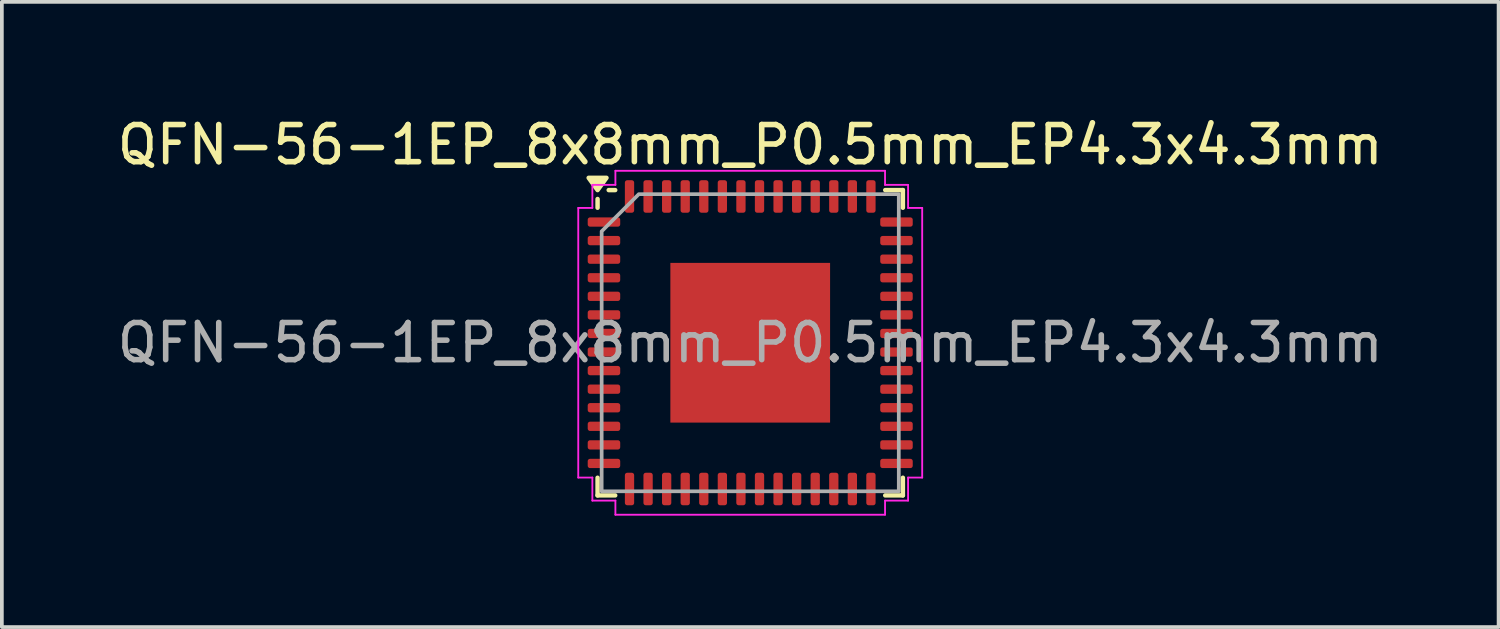
<source format=kicad_pcb>
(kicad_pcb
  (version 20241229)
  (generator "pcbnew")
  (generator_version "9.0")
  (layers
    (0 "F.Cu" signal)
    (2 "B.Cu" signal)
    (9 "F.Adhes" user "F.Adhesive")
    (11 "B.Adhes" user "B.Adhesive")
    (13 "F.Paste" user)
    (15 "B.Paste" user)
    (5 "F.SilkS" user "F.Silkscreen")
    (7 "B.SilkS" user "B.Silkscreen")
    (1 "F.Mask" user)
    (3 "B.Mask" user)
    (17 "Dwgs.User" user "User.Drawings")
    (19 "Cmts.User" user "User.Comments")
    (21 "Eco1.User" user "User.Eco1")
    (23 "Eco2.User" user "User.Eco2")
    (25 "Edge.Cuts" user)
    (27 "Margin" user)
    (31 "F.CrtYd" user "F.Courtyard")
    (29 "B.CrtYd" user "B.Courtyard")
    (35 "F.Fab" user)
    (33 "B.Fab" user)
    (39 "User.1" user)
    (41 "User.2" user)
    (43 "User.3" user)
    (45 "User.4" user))
  (footprint "QFN-56-1EP_8x8mm_P0.5mm_EP4.3x4.3mm"
    (layer "F.Cu")
    (at 17.149 6.178)
    (property "Reference" "QFN-56-1EP_8x8mm_P0.5mm_EP4.3x4.3mm" (at 0 -5.33 0) (layer "F.SilkS") (effects (font (size 1 1) (thickness 0.15))))
    (attr smd)
    (fp_line (start -4.11 -3.635) (end -4.11 -3.87) (stroke (width 0.12) (type solid)) (layer "F.SilkS"))
    (fp_line (start -4.11 4.11) (end -4.11 3.635) (stroke (width 0.12) (type solid)) (layer "F.SilkS"))
    (fp_line (start -3.635 -4.11) (end -3.81 -4.11) (stroke (width 0.12) (type solid)) (layer "F.SilkS"))
    (fp_line (start -3.635 4.11) (end -4.11 4.11) (stroke (width 0.12) (type solid)) (layer "F.SilkS"))
    (fp_line (start 3.635 -4.11) (end 4.11 -4.11) (stroke (width 0.12) (type solid)) (layer "F.SilkS"))
    (fp_line (start 3.635 4.11) (end 4.11 4.11) (stroke (width 0.12) (type solid)) (layer "F.SilkS"))
    (fp_line (start 4.11 -4.11) (end 4.11 -3.635) (stroke (width 0.12) (type solid)) (layer "F.SilkS"))
    (fp_line (start 4.11 4.11) (end 4.11 3.635) (stroke (width 0.12) (type solid)) (layer "F.SilkS"))
    (fp_poly (pts (xy -4.11 -4.11) (xy -4.35 -4.44) (xy -3.87 -4.44)) (stroke (width 0.12) (type solid)) (fill yes) (layer "F.SilkS"))
    (fp_line (start -4.63 -3.63) (end -4.25 -3.63) (stroke (width 0.05) (type solid)) (layer "F.CrtYd"))
    (fp_line (start -4.63 3.63) (end -4.63 -3.63) (stroke (width 0.05) (type solid)) (layer "F.CrtYd"))
    (fp_line (start -4.25 -4.25) (end -3.63 -4.25) (stroke (width 0.05) (type solid)) (layer "F.CrtYd"))
    (fp_line (start -4.25 -3.63) (end -4.25 -4.25) (stroke (width 0.05) (type solid)) (layer "F.CrtYd"))
    (fp_line (start -4.25 3.63) (end -4.63 3.63) (stroke (width 0.05) (type solid)) (layer "F.CrtYd"))
    (fp_line (start -4.25 4.25) (end -4.25 3.63) (stroke (width 0.05) (type solid)) (layer "F.CrtYd"))
    (fp_line (start -3.63 -4.63) (end 3.63 -4.63) (stroke (width 0.05) (type solid)) (layer "F.CrtYd"))
    (fp_line (start -3.63 -4.25) (end -3.63 -4.63) (stroke (width 0.05) (type solid)) (layer "F.CrtYd"))
    (fp_line (start -3.63 4.25) (end -4.25 4.25) (stroke (width 0.05) (type solid)) (layer "F.CrtYd"))
    (fp_line (start -3.63 4.63) (end -3.63 4.25) (stroke (width 0.05) (type solid)) (layer "F.CrtYd"))
    (fp_line (start 3.63 -4.63) (end 3.63 -4.25) (stroke (width 0.05) (type solid)) (layer "F.CrtYd"))
    (fp_line (start 3.63 -4.25) (end 4.25 -4.25) (stroke (width 0.05) (type solid)) (layer "F.CrtYd"))
    (fp_line (start 3.63 4.25) (end 3.63 4.63) (stroke (width 0.05) (type solid)) (layer "F.CrtYd"))
    (fp_line (start 3.63 4.63) (end -3.63 4.63) (stroke (width 0.05) (type solid)) (layer "F.CrtYd"))
    (fp_line (start 4.25 -4.25) (end 4.25 -3.63) (stroke (width 0.05) (type solid)) (layer "F.CrtYd"))
    (fp_line (start 4.25 -3.63) (end 4.63 -3.63) (stroke (width 0.05) (type solid)) (layer "F.CrtYd"))
    (fp_line (start 4.25 3.63) (end 4.25 4.25) (stroke (width 0.05) (type solid)) (layer "F.CrtYd"))
    (fp_line (start 4.25 4.25) (end 3.63 4.25) (stroke (width 0.05) (type solid)) (layer "F.CrtYd"))
    (fp_line (start 4.63 -3.63) (end 4.63 3.63) (stroke (width 0.05) (type solid)) (layer "F.CrtYd"))
    (fp_line (start 4.63 3.63) (end 4.25 3.63) (stroke (width 0.05) (type solid)) (layer "F.CrtYd"))
    (fp_poly (pts (xy -4 -3) (xy -4 4) (xy 4 4) (xy 4 -4) (xy -3 -4)) (stroke (width 0.1) (type solid)) (fill no) (layer "F.Fab"))
    (fp_text user "${REFERENCE}" (at 0 0 0) (layer "F.Fab") (effects (font (size 1 1) (thickness 0.15))))
    (pad "" smd roundrect (at -1.62 -1.62) (size 0.87 0.87) (layers "F.Paste") (roundrect_rratio 0.25))
    (pad "" smd roundrect (at -1.62 -0.54) (size 0.87 0.87) (layers "F.Paste") (roundrect_rratio 0.25))
    (pad "" smd roundrect (at -1.62 0.54) (size 0.87 0.87) (layers "F.Paste") (roundrect_rratio 0.25))
    (pad "" smd roundrect (at -1.62 1.62) (size 0.87 0.87) (layers "F.Paste") (roundrect_rratio 0.25))
    (pad "" smd roundrect (at -0.54 -1.62) (size 0.87 0.87) (layers "F.Paste") (roundrect_rratio 0.25))
    (pad "" smd roundrect (at -0.54 -0.54) (size 0.87 0.87) (layers "F.Paste") (roundrect_rratio 0.25))
    (pad "" smd roundrect (at -0.54 0.54) (size 0.87 0.87) (layers "F.Paste") (roundrect_rratio 0.25))
    (pad "" smd roundrect (at -0.54 1.62) (size 0.87 0.87) (layers "F.Paste") (roundrect_rratio 0.25))
    (pad "" smd roundrect (at 0.54 -1.62) (size 0.87 0.87) (layers "F.Paste") (roundrect_rratio 0.25))
    (pad "" smd roundrect (at 0.54 -0.54) (size 0.87 0.87) (layers "F.Paste") (roundrect_rratio 0.25))
    (pad "" smd roundrect (at 0.54 0.54) (size 0.87 0.87) (layers "F.Paste") (roundrect_rratio 0.25))
    (pad "" smd roundrect (at 0.54 1.62) (size 0.87 0.87) (layers "F.Paste") (roundrect_rratio 0.25))
    (pad "" smd roundrect (at 1.62 -1.62) (size 0.87 0.87) (layers "F.Paste") (roundrect_rratio 0.25))
    (pad "" smd roundrect (at 1.62 -0.54) (size 0.87 0.87) (layers "F.Paste") (roundrect_rratio 0.25))
    (pad "" smd roundrect (at 1.62 0.54) (size 0.87 0.87) (layers "F.Paste") (roundrect_rratio 0.25))
    (pad "" smd roundrect (at 1.62 1.62) (size 0.87 0.87) (layers "F.Paste") (roundrect_rratio 0.25))
    (pad "1" smd roundrect (at -3.938 -3.25) (size 0.875 0.25) (layers "F.Cu" "F.Mask" "F.Paste") (roundrect_rratio 0.25))
    (pad "2" smd roundrect (at -3.938 -2.75) (size 0.875 0.25) (layers "F.Cu" "F.Mask" "F.Paste") (roundrect_rratio 0.25))
    (pad "3" smd roundrect (at -3.938 -2.25) (size 0.875 0.25) (layers "F.Cu" "F.Mask" "F.Paste") (roundrect_rratio 0.25))
    (pad "4" smd roundrect (at -3.938 -1.75) (size 0.875 0.25) (layers "F.Cu" "F.Mask" "F.Paste") (roundrect_rratio 0.25))
    (pad "5" smd roundrect (at -3.938 -1.25) (size 0.875 0.25) (layers "F.Cu" "F.Mask" "F.Paste") (roundrect_rratio 0.25))
    (pad "6" smd roundrect (at -3.938 -0.75) (size 0.875 0.25) (layers "F.Cu" "F.Mask" "F.Paste") (roundrect_rratio 0.25))
    (pad "7" smd roundrect (at -3.938 -0.25) (size 0.875 0.25) (layers "F.Cu" "F.Mask" "F.Paste") (roundrect_rratio 0.25))
    (pad "8" smd roundrect (at -3.938 0.25) (size 0.875 0.25) (layers "F.Cu" "F.Mask" "F.Paste") (roundrect_rratio 0.25))
    (pad "9" smd roundrect (at -3.938 0.75) (size 0.875 0.25) (layers "F.Cu" "F.Mask" "F.Paste") (roundrect_rratio 0.25))
    (pad "10" smd roundrect (at -3.938 1.25) (size 0.875 0.25) (layers "F.Cu" "F.Mask" "F.Paste") (roundrect_rratio 0.25))
    (pad "11" smd roundrect (at -3.938 1.75) (size 0.875 0.25) (layers "F.Cu" "F.Mask" "F.Paste") (roundrect_rratio 0.25))
    (pad "12" smd roundrect (at -3.938 2.25) (size 0.875 0.25) (layers "F.Cu" "F.Mask" "F.Paste") (roundrect_rratio 0.25))
    (pad "13" smd roundrect (at -3.938 2.75) (size 0.875 0.25) (layers "F.Cu" "F.Mask" "F.Paste") (roundrect_rratio 0.25))
    (pad "14" smd roundrect (at -3.938 3.25) (size 0.875 0.25) (layers "F.Cu" "F.Mask" "F.Paste") (roundrect_rratio 0.25))
    (pad "15" smd roundrect (at -3.25 3.938) (size 0.25 0.875) (layers "F.Cu" "F.Mask" "F.Paste") (roundrect_rratio 0.25))
    (pad "16" smd roundrect (at -2.75 3.938) (size 0.25 0.875) (layers "F.Cu" "F.Mask" "F.Paste") (roundrect_rratio 0.25))
    (pad "17" smd roundrect (at -2.25 3.938) (size 0.25 0.875) (layers "F.Cu" "F.Mask" "F.Paste") (roundrect_rratio 0.25))
    (pad "18" smd roundrect (at -1.75 3.938) (size 0.25 0.875) (layers "F.Cu" "F.Mask" "F.Paste") (roundrect_rratio 0.25))
    (pad "19" smd roundrect (at -1.25 3.938) (size 0.25 0.875) (layers "F.Cu" "F.Mask" "F.Paste") (roundrect_rratio 0.25))
    (pad "20" smd roundrect (at -0.75 3.938) (size 0.25 0.875) (layers "F.Cu" "F.Mask" "F.Paste") (roundrect_rratio 0.25))
    (pad "21" smd roundrect (at -0.25 3.938) (size 0.25 0.875) (layers "F.Cu" "F.Mask" "F.Paste") (roundrect_rratio 0.25))
    (pad "22" smd roundrect (at 0.25 3.938) (size 0.25 0.875) (layers "F.Cu" "F.Mask" "F.Paste") (roundrect_rratio 0.25))
    (pad "23" smd roundrect (at 0.75 3.938) (size 0.25 0.875) (layers "F.Cu" "F.Mask" "F.Paste") (roundrect_rratio 0.25))
    (pad "24" smd roundrect (at 1.25 3.938) (size 0.25 0.875) (layers "F.Cu" "F.Mask" "F.Paste") (roundrect_rratio 0.25))
    (pad "25" smd roundrect (at 1.75 3.938) (size 0.25 0.875) (layers "F.Cu" "F.Mask" "F.Paste") (roundrect_rratio 0.25))
    (pad "26" smd roundrect (at 2.25 3.938) (size 0.25 0.875) (layers "F.Cu" "F.Mask" "F.Paste") (roundrect_rratio 0.25))
    (pad "27" smd roundrect (at 2.75 3.938) (size 0.25 0.875) (layers "F.Cu" "F.Mask" "F.Paste") (roundrect_rratio 0.25))
    (pad "28" smd roundrect (at 3.25 3.938) (size 0.25 0.875) (layers "F.Cu" "F.Mask" "F.Paste") (roundrect_rratio 0.25))
    (pad "29" smd roundrect (at 3.938 3.25) (size 0.875 0.25) (layers "F.Cu" "F.Mask" "F.Paste") (roundrect_rratio 0.25))
    (pad "30" smd roundrect (at 3.938 2.75) (size 0.875 0.25) (layers "F.Cu" "F.Mask" "F.Paste") (roundrect_rratio 0.25))
    (pad "31" smd roundrect (at 3.938 2.25) (size 0.875 0.25) (layers "F.Cu" "F.Mask" "F.Paste") (roundrect_rratio 0.25))
    (pad "32" smd roundrect (at 3.938 1.75) (size 0.875 0.25) (layers "F.Cu" "F.Mask" "F.Paste") (roundrect_rratio 0.25))
    (pad "33" smd roundrect (at 3.938 1.25) (size 0.875 0.25) (layers "F.Cu" "F.Mask" "F.Paste") (roundrect_rratio 0.25))
    (pad "34" smd roundrect (at 3.938 0.75) (size 0.875 0.25) (layers "F.Cu" "F.Mask" "F.Paste") (roundrect_rratio 0.25))
    (pad "35" smd roundrect (at 3.938 0.25) (size 0.875 0.25) (layers "F.Cu" "F.Mask" "F.Paste") (roundrect_rratio 0.25))
    (pad "36" smd roundrect (at 3.938 -0.25) (size 0.875 0.25) (layers "F.Cu" "F.Mask" "F.Paste") (roundrect_rratio 0.25))
    (pad "37" smd roundrect (at 3.938 -0.75) (size 0.875 0.25) (layers "F.Cu" "F.Mask" "F.Paste") (roundrect_rratio 0.25))
    (pad "38" smd roundrect (at 3.938 -1.25) (size 0.875 0.25) (layers "F.Cu" "F.Mask" "F.Paste") (roundrect_rratio 0.25))
    (pad "39" smd roundrect (at 3.938 -1.75) (size 0.875 0.25) (layers "F.Cu" "F.Mask" "F.Paste") (roundrect_rratio 0.25))
    (pad "40" smd roundrect (at 3.938 -2.25) (size 0.875 0.25) (layers "F.Cu" "F.Mask" "F.Paste") (roundrect_rratio 0.25))
    (pad "41" smd roundrect (at 3.938 -2.75) (size 0.875 0.25) (layers "F.Cu" "F.Mask" "F.Paste") (roundrect_rratio 0.25))
    (pad "42" smd roundrect (at 3.938 -3.25) (size 0.875 0.25) (layers "F.Cu" "F.Mask" "F.Paste") (roundrect_rratio 0.25))
    (pad "43" smd roundrect (at 3.25 -3.938) (size 0.25 0.875) (layers "F.Cu" "F.Mask" "F.Paste") (roundrect_rratio 0.25))
    (pad "44" smd roundrect (at 2.75 -3.938) (size 0.25 0.875) (layers "F.Cu" "F.Mask" "F.Paste") (roundrect_rratio 0.25))
    (pad "45" smd roundrect (at 2.25 -3.938) (size 0.25 0.875) (layers "F.Cu" "F.Mask" "F.Paste") (roundrect_rratio 0.25))
    (pad "46" smd roundrect (at 1.75 -3.938) (size 0.25 0.875) (layers "F.Cu" "F.Mask" "F.Paste") (roundrect_rratio 0.25))
    (pad "47" smd roundrect (at 1.25 -3.938) (size 0.25 0.875) (layers "F.Cu" "F.Mask" "F.Paste") (roundrect_rratio 0.25))
    (pad "48" smd roundrect (at 0.75 -3.938) (size 0.25 0.875) (layers "F.Cu" "F.Mask" "F.Paste") (roundrect_rratio 0.25))
    (pad "49" smd roundrect (at 0.25 -3.938) (size 0.25 0.875) (layers "F.Cu" "F.Mask" "F.Paste") (roundrect_rratio 0.25))
    (pad "50" smd roundrect (at -0.25 -3.938) (size 0.25 0.875) (layers "F.Cu" "F.Mask" "F.Paste") (roundrect_rratio 0.25))
    (pad "51" smd roundrect (at -0.75 -3.938) (size 0.25 0.875) (layers "F.Cu" "F.Mask" "F.Paste") (roundrect_rratio 0.25))
    (pad "52" smd roundrect (at -1.25 -3.938) (size 0.25 0.875) (layers "F.Cu" "F.Mask" "F.Paste") (roundrect_rratio 0.25))
    (pad "53" smd roundrect (at -1.75 -3.938) (size 0.25 0.875) (layers "F.Cu" "F.Mask" "F.Paste") (roundrect_rratio 0.25))
    (pad "54" smd roundrect (at -2.25 -3.938) (size 0.25 0.875) (layers "F.Cu" "F.Mask" "F.Paste") (roundrect_rratio 0.25))
    (pad "55" smd roundrect (at -2.75 -3.938) (size 0.25 0.875) (layers "F.Cu" "F.Mask" "F.Paste") (roundrect_rratio 0.25))
    (pad "56" smd roundrect (at -3.25 -3.938) (size 0.25 0.875) (layers "F.Cu" "F.Mask" "F.Paste") (roundrect_rratio 0.25))
    (pad "57" smd rect (at 0 0) (size 4.3 4.3) (property pad_prop_heatsink) (layers "F.Cu" "F.Mask")))
  (gr_rect
    (start -3 -3)
    (end 37.298 13.833)
    (stroke (width 0.1) (type default))
    (fill no)
    (layer "Edge.Cuts")))
</source>
